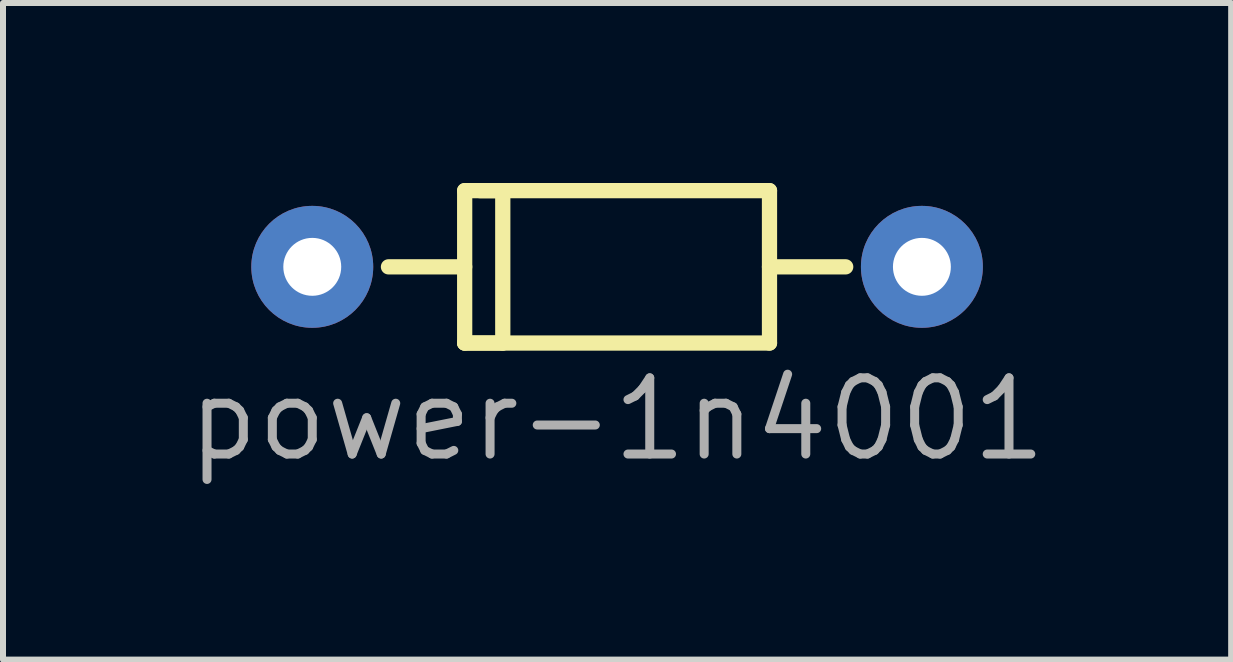
<source format=kicad_pcb>
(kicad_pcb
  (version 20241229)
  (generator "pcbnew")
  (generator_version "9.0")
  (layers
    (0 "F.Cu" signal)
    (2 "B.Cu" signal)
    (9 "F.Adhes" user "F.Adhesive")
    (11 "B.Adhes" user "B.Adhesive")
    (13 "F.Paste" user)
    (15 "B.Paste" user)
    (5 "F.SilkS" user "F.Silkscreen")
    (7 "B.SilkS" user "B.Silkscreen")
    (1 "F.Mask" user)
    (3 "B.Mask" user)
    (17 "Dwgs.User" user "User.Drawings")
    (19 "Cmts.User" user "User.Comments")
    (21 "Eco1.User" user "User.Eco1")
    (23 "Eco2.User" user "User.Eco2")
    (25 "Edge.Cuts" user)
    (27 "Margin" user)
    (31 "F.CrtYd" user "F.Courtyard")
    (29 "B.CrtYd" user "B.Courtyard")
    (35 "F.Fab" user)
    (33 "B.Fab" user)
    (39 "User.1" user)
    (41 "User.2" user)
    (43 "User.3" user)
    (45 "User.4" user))
  (footprint "power-1n4001"
    (layer "F.Cu")
    (at 2.154 1.397)
    (property "Reference" "power-1n4001" (at 5.08 2.54 0) (layer "F.Fab") (effects (font (size 1.27 1.27) (thickness 0.15))))
    (attr through_hole)
    (fp_line (start 1.27 0) (end 2.54 0) (stroke (width 0.254) (type default)) (layer "F.SilkS"))
    (fp_line (start 2.54 -1.27) (end 2.54 1.27) (stroke (width 0.254) (type default)) (layer "F.SilkS"))
    (fp_line (start 2.54 1.27) (end 7.62 1.27) (stroke (width 0.254) (type default)) (layer "F.SilkS"))
    (fp_line (start 2.794 -1.27) (end 3.175 -1.27) (stroke (width 0.254) (type default)) (layer "F.SilkS"))
    (fp_line (start 3.175 -1.27) (end 3.175 1.27) (stroke (width 0.254) (type default)) (layer "F.SilkS"))
    (fp_line (start 3.175 1.27) (end 2.54 1.27) (stroke (width 0.254) (type default)) (layer "F.SilkS"))
    (fp_line (start 7.62 -1.27) (end 2.54 -1.27) (stroke (width 0.254) (type default)) (layer "F.SilkS"))
    (fp_line (start 7.62 0) (end 8.89 0) (stroke (width 0.254) (type default)) (layer "F.SilkS"))
    (fp_line (start 7.62 1.27) (end 7.62 -1.27) (stroke (width 0.254) (type default)) (layer "F.SilkS"))
    (pad "1" thru_hole circle (at 0 0) (size 2.032 2.032) (drill 0.965) (layers "*.Cu" "*.Mask"))
    (pad "2" thru_hole circle (at 10.16 0) (size 2.032 2.032) (drill 0.965) (layers "*.Cu" "*.Mask")))
  (gr_rect
    (start -3 -3)
    (end 17.468 7.943)
    (stroke (width 0.1) (type default))
    (fill no)
    (layer "Edge.Cuts")))
</source>
